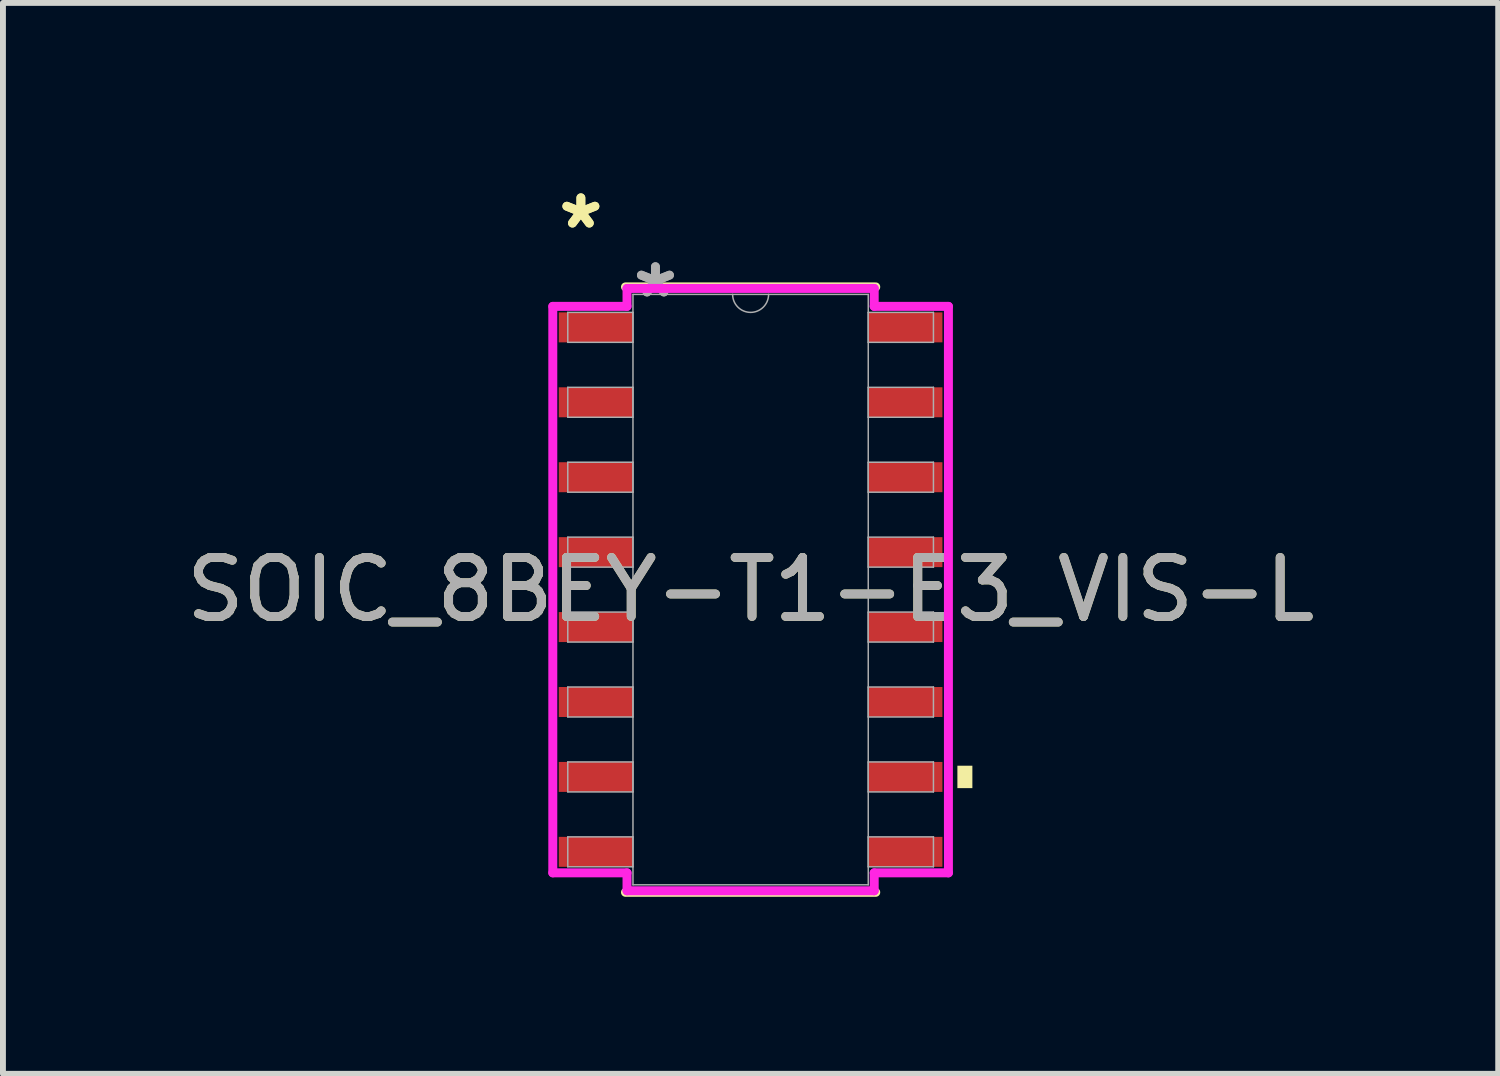
<source format=kicad_pcb>
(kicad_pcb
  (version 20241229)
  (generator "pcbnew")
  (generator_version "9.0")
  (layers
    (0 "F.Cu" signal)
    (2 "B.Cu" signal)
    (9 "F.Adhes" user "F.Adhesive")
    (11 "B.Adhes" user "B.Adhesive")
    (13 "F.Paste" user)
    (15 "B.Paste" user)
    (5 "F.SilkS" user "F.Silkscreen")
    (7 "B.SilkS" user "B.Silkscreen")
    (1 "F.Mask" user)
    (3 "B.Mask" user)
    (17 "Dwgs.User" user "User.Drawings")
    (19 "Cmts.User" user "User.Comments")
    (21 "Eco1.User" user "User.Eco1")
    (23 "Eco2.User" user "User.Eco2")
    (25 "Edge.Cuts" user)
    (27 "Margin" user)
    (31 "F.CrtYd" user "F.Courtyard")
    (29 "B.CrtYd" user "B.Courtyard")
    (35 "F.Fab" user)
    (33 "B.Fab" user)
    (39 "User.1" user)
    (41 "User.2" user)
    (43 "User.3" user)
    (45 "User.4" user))
  (footprint "SOIC_8BEY-T1-E3_VIS-L"
    (layer "F.Cu")
    (at 9.673 6.944)
    (property "Reference" "SOIC_8BEY-T1-E3_VIS-L" (at 0 0 0) (unlocked yes) (layer "F.SilkS") (effects (font (size 1 1) (thickness 0.15))))
    (attr smd)
    (fp_line (start -2.121 5.131) (end 2.121 5.131) (stroke (width 0.152) (type solid)) (layer "F.SilkS"))
    (fp_line (start 2.121 -5.131) (end -2.121 -5.131) (stroke (width 0.152) (type solid)) (layer "F.SilkS"))
    (fp_poly (pts (xy 3.759 2.985) (xy 3.759 3.365) (xy 3.505 3.365) (xy 3.505 2.985)) (stroke (width 0) (type solid)) (fill yes) (layer "F.SilkS"))
    (fp_line (start -3.353 -4.801) (end -2.095 -4.801) (stroke (width 0.152) (type solid)) (layer "F.CrtYd"))
    (fp_line (start -3.353 4.801) (end -3.353 -4.801) (stroke (width 0.152) (type solid)) (layer "F.CrtYd"))
    (fp_line (start -3.353 4.801) (end -2.095 4.801) (stroke (width 0.152) (type solid)) (layer "F.CrtYd"))
    (fp_line (start -2.095 -5.105) (end 2.095 -5.105) (stroke (width 0.152) (type solid)) (layer "F.CrtYd"))
    (fp_line (start -2.095 -4.801) (end -2.095 -5.105) (stroke (width 0.152) (type solid)) (layer "F.CrtYd"))
    (fp_line (start -2.095 5.105) (end -2.095 4.801) (stroke (width 0.152) (type solid)) (layer "F.CrtYd"))
    (fp_line (start 2.095 -5.105) (end 2.095 -4.801) (stroke (width 0.152) (type solid)) (layer "F.CrtYd"))
    (fp_line (start 2.095 4.801) (end 2.095 5.105) (stroke (width 0.152) (type solid)) (layer "F.CrtYd"))
    (fp_line (start 2.095 5.105) (end -2.095 5.105) (stroke (width 0.152) (type solid)) (layer "F.CrtYd"))
    (fp_line (start 3.353 -4.801) (end 2.095 -4.801) (stroke (width 0.152) (type solid)) (layer "F.CrtYd"))
    (fp_line (start 3.353 -4.801) (end 3.353 4.801) (stroke (width 0.152) (type solid)) (layer "F.CrtYd"))
    (fp_line (start 3.353 4.801) (end 2.095 4.801) (stroke (width 0.152) (type solid)) (layer "F.CrtYd"))
    (fp_line (start -3.099 -4.699) (end -3.099 -4.191) (stroke (width 0.025) (type solid)) (layer "F.Fab"))
    (fp_line (start -3.099 -4.191) (end -1.994 -4.191) (stroke (width 0.025) (type solid)) (layer "F.Fab"))
    (fp_line (start -3.099 -3.429) (end -3.099 -2.921) (stroke (width 0.025) (type solid)) (layer "F.Fab"))
    (fp_line (start -3.099 -2.921) (end -1.994 -2.921) (stroke (width 0.025) (type solid)) (layer "F.Fab"))
    (fp_line (start -3.099 -2.159) (end -3.099 -1.651) (stroke (width 0.025) (type solid)) (layer "F.Fab"))
    (fp_line (start -3.099 -1.651) (end -1.994 -1.651) (stroke (width 0.025) (type solid)) (layer "F.Fab"))
    (fp_line (start -3.099 -0.889) (end -3.099 -0.381) (stroke (width 0.025) (type solid)) (layer "F.Fab"))
    (fp_line (start -3.099 -0.381) (end -1.994 -0.381) (stroke (width 0.025) (type solid)) (layer "F.Fab"))
    (fp_line (start -3.099 0.381) (end -3.099 0.889) (stroke (width 0.025) (type solid)) (layer "F.Fab"))
    (fp_line (start -3.099 0.889) (end -1.994 0.889) (stroke (width 0.025) (type solid)) (layer "F.Fab"))
    (fp_line (start -3.099 1.651) (end -3.099 2.159) (stroke (width 0.025) (type solid)) (layer "F.Fab"))
    (fp_line (start -3.099 2.159) (end -1.994 2.159) (stroke (width 0.025) (type solid)) (layer "F.Fab"))
    (fp_line (start -3.099 2.921) (end -3.099 3.429) (stroke (width 0.025) (type solid)) (layer "F.Fab"))
    (fp_line (start -3.099 3.429) (end -1.994 3.429) (stroke (width 0.025) (type solid)) (layer "F.Fab"))
    (fp_line (start -3.099 4.191) (end -3.099 4.699) (stroke (width 0.025) (type solid)) (layer "F.Fab"))
    (fp_line (start -3.099 4.699) (end -1.994 4.699) (stroke (width 0.025) (type solid)) (layer "F.Fab"))
    (fp_line (start -1.994 -5.004) (end -1.994 5.004) (stroke (width 0.025) (type solid)) (layer "F.Fab"))
    (fp_line (start -1.994 -4.699) (end -3.099 -4.699) (stroke (width 0.025) (type solid)) (layer "F.Fab"))
    (fp_line (start -1.994 -4.191) (end -1.994 -4.699) (stroke (width 0.025) (type solid)) (layer "F.Fab"))
    (fp_line (start -1.994 -3.429) (end -3.099 -3.429) (stroke (width 0.025) (type solid)) (layer "F.Fab"))
    (fp_line (start -1.994 -2.921) (end -1.994 -3.429) (stroke (width 0.025) (type solid)) (layer "F.Fab"))
    (fp_line (start -1.994 -2.159) (end -3.099 -2.159) (stroke (width 0.025) (type solid)) (layer "F.Fab"))
    (fp_line (start -1.994 -1.651) (end -1.994 -2.159) (stroke (width 0.025) (type solid)) (layer "F.Fab"))
    (fp_line (start -1.994 -0.889) (end -3.099 -0.889) (stroke (width 0.025) (type solid)) (layer "F.Fab"))
    (fp_line (start -1.994 -0.381) (end -1.994 -0.889) (stroke (width 0.025) (type solid)) (layer "F.Fab"))
    (fp_line (start -1.994 0.381) (end -3.099 0.381) (stroke (width 0.025) (type solid)) (layer "F.Fab"))
    (fp_line (start -1.994 0.889) (end -1.994 0.381) (stroke (width 0.025) (type solid)) (layer "F.Fab"))
    (fp_line (start -1.994 1.651) (end -3.099 1.651) (stroke (width 0.025) (type solid)) (layer "F.Fab"))
    (fp_line (start -1.994 2.159) (end -1.994 1.651) (stroke (width 0.025) (type solid)) (layer "F.Fab"))
    (fp_line (start -1.994 2.921) (end -3.099 2.921) (stroke (width 0.025) (type solid)) (layer "F.Fab"))
    (fp_line (start -1.994 3.429) (end -1.994 2.921) (stroke (width 0.025) (type solid)) (layer "F.Fab"))
    (fp_line (start -1.994 4.191) (end -3.099 4.191) (stroke (width 0.025) (type solid)) (layer "F.Fab"))
    (fp_line (start -1.994 4.699) (end -1.994 4.191) (stroke (width 0.025) (type solid)) (layer "F.Fab"))
    (fp_line (start -1.994 5.004) (end 1.994 5.004) (stroke (width 0.025) (type solid)) (layer "F.Fab"))
    (fp_line (start 1.994 -5.004) (end -1.994 -5.004) (stroke (width 0.025) (type solid)) (layer "F.Fab"))
    (fp_line (start 1.994 -4.699) (end 1.994 -4.191) (stroke (width 0.025) (type solid)) (layer "F.Fab"))
    (fp_line (start 1.994 -4.191) (end 3.099 -4.191) (stroke (width 0.025) (type solid)) (layer "F.Fab"))
    (fp_line (start 1.994 -3.429) (end 1.994 -2.921) (stroke (width 0.025) (type solid)) (layer "F.Fab"))
    (fp_line (start 1.994 -2.921) (end 3.099 -2.921) (stroke (width 0.025) (type solid)) (layer "F.Fab"))
    (fp_line (start 1.994 -2.159) (end 1.994 -1.651) (stroke (width 0.025) (type solid)) (layer "F.Fab"))
    (fp_line (start 1.994 -1.651) (end 3.099 -1.651) (stroke (width 0.025) (type solid)) (layer "F.Fab"))
    (fp_line (start 1.994 -0.889) (end 1.994 -0.381) (stroke (width 0.025) (type solid)) (layer "F.Fab"))
    (fp_line (start 1.994 -0.381) (end 3.099 -0.381) (stroke (width 0.025) (type solid)) (layer "F.Fab"))
    (fp_line (start 1.994 0.381) (end 1.994 0.889) (stroke (width 0.025) (type solid)) (layer "F.Fab"))
    (fp_line (start 1.994 0.889) (end 3.099 0.889) (stroke (width 0.025) (type solid)) (layer "F.Fab"))
    (fp_line (start 1.994 1.651) (end 1.994 2.159) (stroke (width 0.025) (type solid)) (layer "F.Fab"))
    (fp_line (start 1.994 2.159) (end 3.099 2.159) (stroke (width 0.025) (type solid)) (layer "F.Fab"))
    (fp_line (start 1.994 2.921) (end 1.994 3.429) (stroke (width 0.025) (type solid)) (layer "F.Fab"))
    (fp_line (start 1.994 3.429) (end 3.099 3.429) (stroke (width 0.025) (type solid)) (layer "F.Fab"))
    (fp_line (start 1.994 4.191) (end 1.994 4.699) (stroke (width 0.025) (type solid)) (layer "F.Fab"))
    (fp_line (start 1.994 4.699) (end 3.099 4.699) (stroke (width 0.025) (type solid)) (layer "F.Fab"))
    (fp_line (start 1.994 5.004) (end 1.994 -5.004) (stroke (width 0.025) (type solid)) (layer "F.Fab"))
    (fp_line (start 3.099 -4.699) (end 1.994 -4.699) (stroke (width 0.025) (type solid)) (layer "F.Fab"))
    (fp_line (start 3.099 -4.191) (end 3.099 -4.699) (stroke (width 0.025) (type solid)) (layer "F.Fab"))
    (fp_line (start 3.099 -3.429) (end 1.994 -3.429) (stroke (width 0.025) (type solid)) (layer "F.Fab"))
    (fp_line (start 3.099 -2.921) (end 3.099 -3.429) (stroke (width 0.025) (type solid)) (layer "F.Fab"))
    (fp_line (start 3.099 -2.159) (end 1.994 -2.159) (stroke (width 0.025) (type solid)) (layer "F.Fab"))
    (fp_line (start 3.099 -1.651) (end 3.099 -2.159) (stroke (width 0.025) (type solid)) (layer "F.Fab"))
    (fp_line (start 3.099 -0.889) (end 1.994 -0.889) (stroke (width 0.025) (type solid)) (layer "F.Fab"))
    (fp_line (start 3.099 -0.381) (end 3.099 -0.889) (stroke (width 0.025) (type solid)) (layer "F.Fab"))
    (fp_line (start 3.099 0.381) (end 1.994 0.381) (stroke (width 0.025) (type solid)) (layer "F.Fab"))
    (fp_line (start 3.099 0.889) (end 3.099 0.381) (stroke (width 0.025) (type solid)) (layer "F.Fab"))
    (fp_line (start 3.099 1.651) (end 1.994 1.651) (stroke (width 0.025) (type solid)) (layer "F.Fab"))
    (fp_line (start 3.099 2.159) (end 3.099 1.651) (stroke (width 0.025) (type solid)) (layer "F.Fab"))
    (fp_line (start 3.099 2.921) (end 1.994 2.921) (stroke (width 0.025) (type solid)) (layer "F.Fab"))
    (fp_line (start 3.099 3.429) (end 3.099 2.921) (stroke (width 0.025) (type solid)) (layer "F.Fab"))
    (fp_line (start 3.099 4.191) (end 1.994 4.191) (stroke (width 0.025) (type solid)) (layer "F.Fab"))
    (fp_line (start 3.099 4.699) (end 3.099 4.191) (stroke (width 0.025) (type solid)) (layer "F.Fab"))
    (fp_arc (start 0.3048 -5.0038) (mid 0 -4.699) (end -0.3048 -5.0038) (stroke (width 0.0254) (type solid)) (layer "F.Fab"))
    (fp_text user "*" (at -2.877 -6.096 0) (layer "F.SilkS") (effects (font (size 1 1) (thickness 0.15))))
    (fp_text user "*" (at -2.877 -6.096 0) (unlocked yes) (layer "F.SilkS") (effects (font (size 1 1) (thickness 0.15))))
    (fp_text user "${REFERENCE}" (at 0 0 0) (unlocked yes) (layer "F.Fab") (effects (font (size 1 1) (thickness 0.15))))
    (fp_text user "*" (at -1.613 -4.928 0) (unlocked yes) (layer "F.Fab") (effects (font (size 1 1) (thickness 0.15))))
    (fp_text user "*" (at -1.613 -4.928 0) (layer "F.Fab") (effects (font (size 1 1) (thickness 0.15))))
    (pad "1" smd rect (at -2.623 -4.445) (size 1.257 0.508) (layers "F.Cu" "F.Mask" "F.Paste"))
    (pad "2" smd rect (at -2.623 -3.175) (size 1.257 0.508) (layers "F.Cu" "F.Mask" "F.Paste"))
    (pad "3" smd rect (at -2.623 -1.905) (size 1.257 0.508) (layers "F.Cu" "F.Mask" "F.Paste"))
    (pad "4" smd rect (at -2.623 -0.635) (size 1.257 0.508) (layers "F.Cu" "F.Mask" "F.Paste"))
    (pad "5" smd rect (at -2.623 0.635) (size 1.257 0.508) (layers "F.Cu" "F.Mask" "F.Paste"))
    (pad "6" smd rect (at -2.623 1.905) (size 1.257 0.508) (layers "F.Cu" "F.Mask" "F.Paste"))
    (pad "7" smd rect (at -2.623 3.175) (size 1.257 0.508) (layers "F.Cu" "F.Mask" "F.Paste"))
    (pad "8" smd rect (at -2.623 4.445) (size 1.257 0.508) (layers "F.Cu" "F.Mask" "F.Paste"))
    (pad "9" smd rect (at 2.623 4.445) (size 1.257 0.508) (layers "F.Cu" "F.Mask" "F.Paste"))
    (pad "10" smd rect (at 2.623 3.175) (size 1.257 0.508) (layers "F.Cu" "F.Mask" "F.Paste"))
    (pad "11" smd rect (at 2.623 1.905) (size 1.257 0.508) (layers "F.Cu" "F.Mask" "F.Paste"))
    (pad "12" smd rect (at 2.623 0.635) (size 1.257 0.508) (layers "F.Cu" "F.Mask" "F.Paste"))
    (pad "13" smd rect (at 2.623 -0.635) (size 1.257 0.508) (layers "F.Cu" "F.Mask" "F.Paste"))
    (pad "14" smd rect (at 2.623 -1.905) (size 1.257 0.508) (layers "F.Cu" "F.Mask" "F.Paste"))
    (pad "15" smd rect (at 2.623 -3.175) (size 1.257 0.508) (layers "F.Cu" "F.Mask" "F.Paste"))
    (pad "16" smd rect (at 2.623 -4.445) (size 1.257 0.508) (layers "F.Cu" "F.Mask" "F.Paste")))
  (gr_rect
    (start -3 -3)
    (end 22.345 15.151)
    (stroke (width 0.1) (type default))
    (fill no)
    (layer "Edge.Cuts")))
</source>
